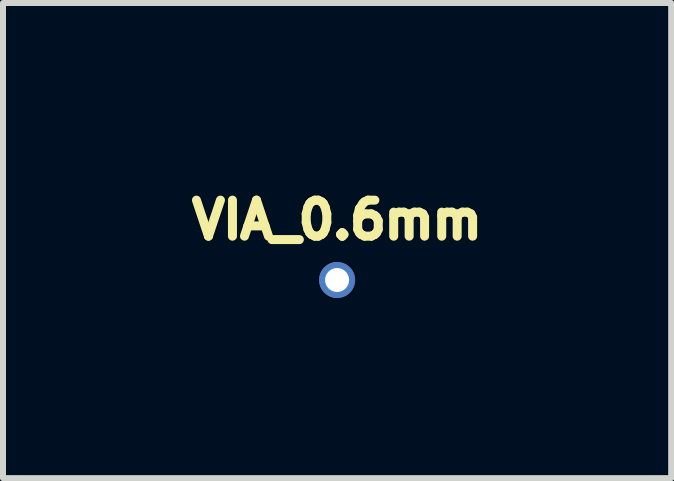
<source format=kicad_pcb>
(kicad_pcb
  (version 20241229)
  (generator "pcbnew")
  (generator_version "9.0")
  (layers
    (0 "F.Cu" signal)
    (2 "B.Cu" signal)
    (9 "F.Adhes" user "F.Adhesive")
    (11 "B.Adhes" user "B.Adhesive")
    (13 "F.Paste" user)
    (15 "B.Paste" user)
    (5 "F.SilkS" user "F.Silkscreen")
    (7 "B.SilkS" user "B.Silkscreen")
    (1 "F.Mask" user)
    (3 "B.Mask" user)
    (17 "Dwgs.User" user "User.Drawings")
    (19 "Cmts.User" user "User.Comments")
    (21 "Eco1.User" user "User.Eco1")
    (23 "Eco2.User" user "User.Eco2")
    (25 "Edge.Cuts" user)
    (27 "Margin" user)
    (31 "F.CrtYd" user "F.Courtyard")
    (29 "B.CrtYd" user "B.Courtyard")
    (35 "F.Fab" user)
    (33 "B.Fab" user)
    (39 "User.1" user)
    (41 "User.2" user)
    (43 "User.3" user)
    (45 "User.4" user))
  (footprint "VIA_0.6mm"
    (layer "F.Cu")
    (at 2.565 1.614)
    (property "Reference" "VIA_0.6mm" (at 0 -1 0) (layer "F.SilkS") (effects (font (size 0.6 0.6) (thickness 0.15))))
    (attr through_hole)
    (pad "1" thru_hole circle (at 0 0) (size 0.6 0.6) (drill 0.4) (layers "*.Cu")))
  (gr_rect
    (start -3 -3)
    (end 8.13 4.914)
    (stroke (width 0.1) (type default))
    (fill no)
    (layer "Edge.Cuts")))
</source>
